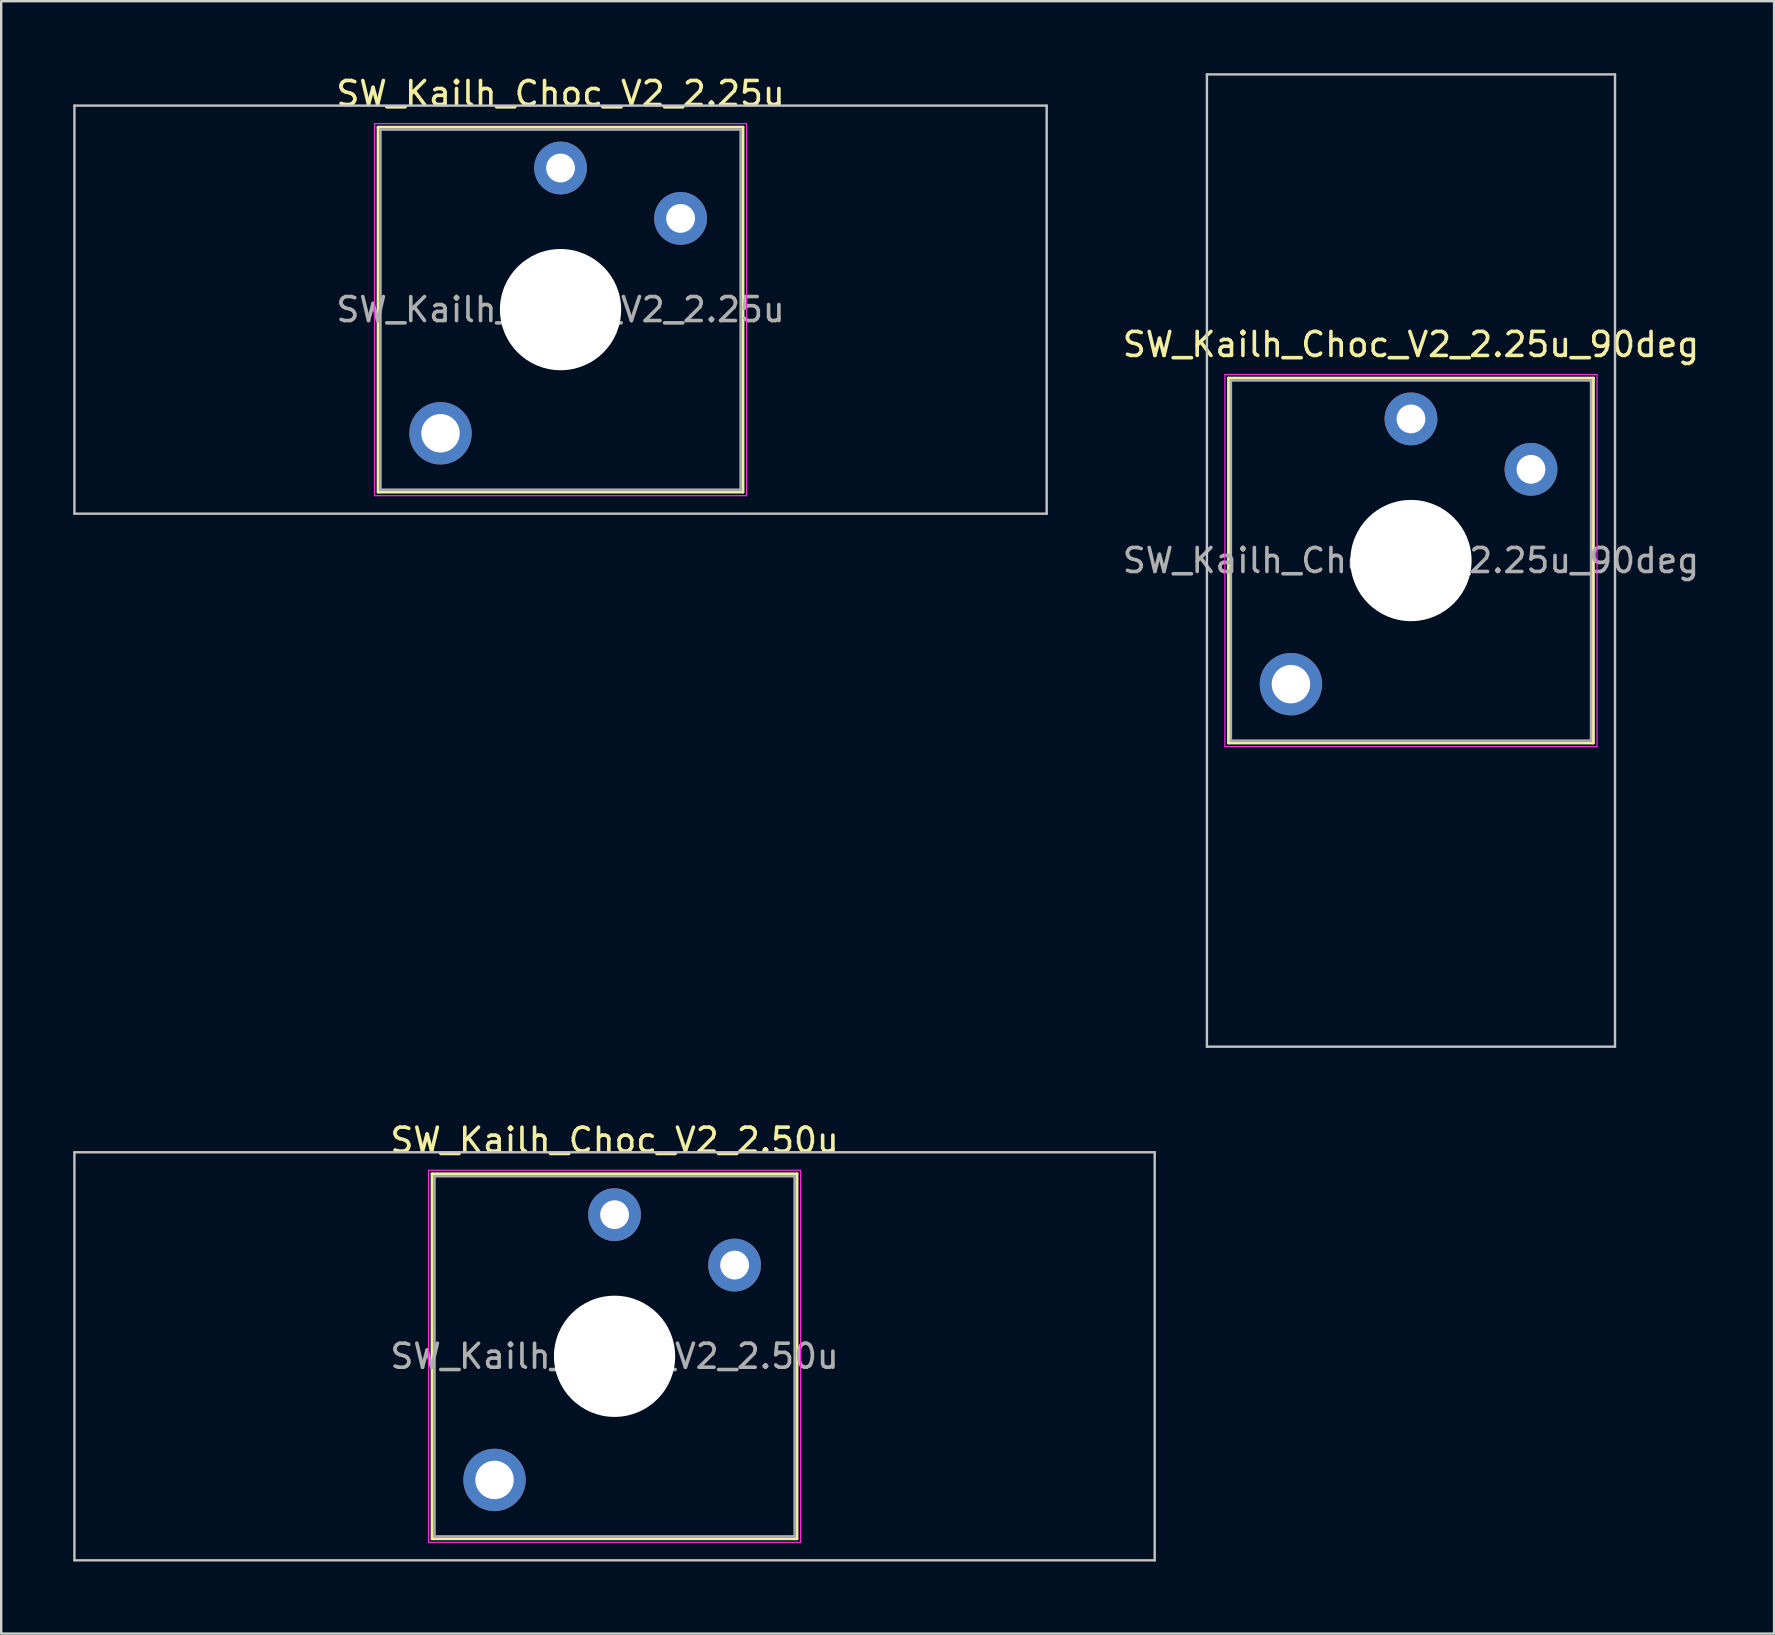
<source format=kicad_pcb>
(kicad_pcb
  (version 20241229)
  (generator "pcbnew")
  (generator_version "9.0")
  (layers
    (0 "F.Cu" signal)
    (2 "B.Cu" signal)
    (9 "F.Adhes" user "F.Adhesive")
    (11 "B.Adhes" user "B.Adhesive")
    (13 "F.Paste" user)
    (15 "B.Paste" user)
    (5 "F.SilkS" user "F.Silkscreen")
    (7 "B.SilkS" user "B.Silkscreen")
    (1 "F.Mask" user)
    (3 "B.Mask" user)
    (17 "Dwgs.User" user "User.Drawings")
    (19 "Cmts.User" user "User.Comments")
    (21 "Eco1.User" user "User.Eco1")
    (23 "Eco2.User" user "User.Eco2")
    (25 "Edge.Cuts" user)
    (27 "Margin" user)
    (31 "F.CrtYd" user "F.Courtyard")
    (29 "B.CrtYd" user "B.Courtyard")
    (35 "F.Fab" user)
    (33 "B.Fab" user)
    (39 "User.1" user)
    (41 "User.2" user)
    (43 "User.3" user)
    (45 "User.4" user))
  (footprint "SW_Kailh_Choc_V2_2.25u"
    (layer "F.Cu")
    (at 20.3 9.848)
    (property "Reference" "SW_Kailh_Choc_V2_2.25u" (at 0 -9 0) (layer "F.SilkS") (effects (font (size 1 1) (thickness 0.15))))
    (attr through_hole)
    (fp_line (start -7.6 -7.6) (end -7.6 7.6) (stroke (width 0.12) (type solid)) (layer "F.SilkS"))
    (fp_line (start -7.6 7.6) (end 7.6 7.6) (stroke (width 0.12) (type solid)) (layer "F.SilkS"))
    (fp_line (start 7.6 -7.6) (end -7.6 -7.6) (stroke (width 0.12) (type solid)) (layer "F.SilkS"))
    (fp_line (start 7.6 7.6) (end 7.6 -7.6) (stroke (width 0.12) (type solid)) (layer "F.SilkS"))
    (fp_line (start -20.25 -8.5) (end -20.25 8.5) (stroke (width 0.1) (type solid)) (layer "Dwgs.User"))
    (fp_line (start -20.25 8.5) (end 20.25 8.5) (stroke (width 0.1) (type solid)) (layer "Dwgs.User"))
    (fp_line (start 20.25 -8.5) (end -20.25 -8.5) (stroke (width 0.1) (type solid)) (layer "Dwgs.User"))
    (fp_line (start 20.25 8.5) (end 20.25 -8.5) (stroke (width 0.1) (type solid)) (layer "Dwgs.User"))
    (fp_line (start -7.25 -7.25) (end -7.25 7.25) (stroke (width 0.1) (type solid)) (layer "Eco1.User"))
    (fp_line (start -7.25 7.25) (end 7.25 7.25) (stroke (width 0.1) (type solid)) (layer "Eco1.User"))
    (fp_line (start 7.25 -7.25) (end -7.25 -7.25) (stroke (width 0.1) (type solid)) (layer "Eco1.User"))
    (fp_line (start 7.25 7.25) (end 7.25 -7.25) (stroke (width 0.1) (type solid)) (layer "Eco1.User"))
    (fp_line (start -7.75 -7.75) (end -7.75 7.75) (stroke (width 0.05) (type solid)) (layer "F.CrtYd"))
    (fp_line (start -7.75 7.75) (end 7.75 7.75) (stroke (width 0.05) (type solid)) (layer "F.CrtYd"))
    (fp_line (start 7.75 -7.75) (end -7.75 -7.75) (stroke (width 0.05) (type solid)) (layer "F.CrtYd"))
    (fp_line (start 7.75 7.75) (end 7.75 -7.75) (stroke (width 0.05) (type solid)) (layer "F.CrtYd"))
    (fp_line (start -7.5 -7.5) (end -7.5 7.5) (stroke (width 0.1) (type solid)) (layer "F.Fab"))
    (fp_line (start -7.5 7.5) (end 7.5 7.5) (stroke (width 0.1) (type solid)) (layer "F.Fab"))
    (fp_line (start 7.5 -7.5) (end -7.5 -7.5) (stroke (width 0.1) (type solid)) (layer "F.Fab"))
    (fp_line (start 7.5 7.5) (end 7.5 -7.5) (stroke (width 0.1) (type solid)) (layer "F.Fab"))
    (fp_text user "${REFERENCE}" (at 0 0 0) (layer "F.Fab") (effects (font (size 1 1) (thickness 0.15))))
    (pad "" smd circle (at -5 5.15) (size 1.65 1.65) (layers "F.Mask"))
    (pad "" thru_hole circle (at -5 5.15) (size 2.6 2.6) (drill 1.6) (layers "*.Cu" "B.Mask"))
    (pad "" smd circle (at 0 -5.9) (size 1.25 1.25) (layers "F.Mask"))
    (pad "" np_thru_hole circle (at 0 0) (size 5.05 5.05) (drill 5.05) (layers "*.Cu" "*.Mask"))
    (pad "" smd circle (at 5 -3.8) (size 1.25 1.25) (layers "F.Mask"))
    (pad "1" thru_hole circle (at 0 -5.9) (size 2.2 2.2) (drill 1.2) (layers "*.Cu" "B.Mask"))
    (pad "2" thru_hole circle (at 5 -3.8) (size 2.2 2.2) (drill 1.2) (layers "*.Cu" "B.Mask")))
  (footprint "SW_Kailh_Choc_V2_2.25u_90deg"
    (layer "F.Cu")
    (at 55.725 20.3)
    (property "Reference" "SW_Kailh_Choc_V2_2.25u_90deg" (at 0 -9 0) (layer "F.SilkS") (effects (font (size 1 1) (thickness 0.15))))
    (attr through_hole)
    (fp_line (start -7.6 -7.6) (end -7.6 7.6) (stroke (width 0.12) (type solid)) (layer "F.SilkS"))
    (fp_line (start -7.6 7.6) (end 7.6 7.6) (stroke (width 0.12) (type solid)) (layer "F.SilkS"))
    (fp_line (start 7.6 -7.6) (end -7.6 -7.6) (stroke (width 0.12) (type solid)) (layer "F.SilkS"))
    (fp_line (start 7.6 7.6) (end 7.6 -7.6) (stroke (width 0.12) (type solid)) (layer "F.SilkS"))
    (fp_line (start -8.5 -20.25) (end 8.5 -20.25) (stroke (width 0.1) (type solid)) (layer "Dwgs.User"))
    (fp_line (start -8.5 20.25) (end -8.5 -20.25) (stroke (width 0.1) (type solid)) (layer "Dwgs.User"))
    (fp_line (start 8.5 -20.25) (end 8.5 20.25) (stroke (width 0.1) (type solid)) (layer "Dwgs.User"))
    (fp_line (start 8.5 20.25) (end -8.5 20.25) (stroke (width 0.1) (type solid)) (layer "Dwgs.User"))
    (fp_line (start -7.25 -7.25) (end -7.25 7.25) (stroke (width 0.1) (type solid)) (layer "Eco1.User"))
    (fp_line (start -7.25 7.25) (end 7.25 7.25) (stroke (width 0.1) (type solid)) (layer "Eco1.User"))
    (fp_line (start 7.25 -7.25) (end -7.25 -7.25) (stroke (width 0.1) (type solid)) (layer "Eco1.User"))
    (fp_line (start 7.25 7.25) (end 7.25 -7.25) (stroke (width 0.1) (type solid)) (layer "Eco1.User"))
    (fp_line (start -7.75 -7.75) (end -7.75 7.75) (stroke (width 0.05) (type solid)) (layer "F.CrtYd"))
    (fp_line (start -7.75 7.75) (end 7.75 7.75) (stroke (width 0.05) (type solid)) (layer "F.CrtYd"))
    (fp_line (start 7.75 -7.75) (end -7.75 -7.75) (stroke (width 0.05) (type solid)) (layer "F.CrtYd"))
    (fp_line (start 7.75 7.75) (end 7.75 -7.75) (stroke (width 0.05) (type solid)) (layer "F.CrtYd"))
    (fp_line (start -7.5 -7.5) (end -7.5 7.5) (stroke (width 0.1) (type solid)) (layer "F.Fab"))
    (fp_line (start -7.5 7.5) (end 7.5 7.5) (stroke (width 0.1) (type solid)) (layer "F.Fab"))
    (fp_line (start 7.5 -7.5) (end -7.5 -7.5) (stroke (width 0.1) (type solid)) (layer "F.Fab"))
    (fp_line (start 7.5 7.5) (end 7.5 -7.5) (stroke (width 0.1) (type solid)) (layer "F.Fab"))
    (fp_text user "${REFERENCE}" (at 0 0 0) (layer "F.Fab") (effects (font (size 1 1) (thickness 0.15))))
    (pad "" smd circle (at -5 5.15) (size 1.65 1.65) (layers "F.Mask"))
    (pad "" thru_hole circle (at -5 5.15) (size 2.6 2.6) (drill 1.6) (layers "*.Cu" "B.Mask"))
    (pad "" smd circle (at 0 -5.9) (size 1.25 1.25) (layers "F.Mask"))
    (pad "" np_thru_hole circle (at 0 0) (size 5.05 5.05) (drill 5.05) (layers "*.Cu" "*.Mask"))
    (pad "" smd circle (at 5 -3.8) (size 1.25 1.25) (layers "F.Mask"))
    (pad "1" thru_hole circle (at 0 -5.9) (size 2.2 2.2) (drill 1.2) (layers "*.Cu" "B.Mask"))
    (pad "2" thru_hole circle (at 5 -3.8) (size 2.2 2.2) (drill 1.2) (layers "*.Cu" "B.Mask")))
  (footprint "SW_Kailh_Choc_V2_2.50u"
    (layer "F.Cu")
    (at 22.55 53.448)
    (property "Reference" "SW_Kailh_Choc_V2_2.50u" (at 0 -9 0) (layer "F.SilkS") (effects (font (size 1 1) (thickness 0.15))))
    (attr through_hole)
    (fp_line (start -7.6 -7.6) (end -7.6 7.6) (stroke (width 0.12) (type solid)) (layer "F.SilkS"))
    (fp_line (start -7.6 7.6) (end 7.6 7.6) (stroke (width 0.12) (type solid)) (layer "F.SilkS"))
    (fp_line (start 7.6 -7.6) (end -7.6 -7.6) (stroke (width 0.12) (type solid)) (layer "F.SilkS"))
    (fp_line (start 7.6 7.6) (end 7.6 -7.6) (stroke (width 0.12) (type solid)) (layer "F.SilkS"))
    (fp_line (start -22.5 -8.5) (end -22.5 8.5) (stroke (width 0.1) (type solid)) (layer "Dwgs.User"))
    (fp_line (start -22.5 8.5) (end 22.5 8.5) (stroke (width 0.1) (type solid)) (layer "Dwgs.User"))
    (fp_line (start 22.5 -8.5) (end -22.5 -8.5) (stroke (width 0.1) (type solid)) (layer "Dwgs.User"))
    (fp_line (start 22.5 8.5) (end 22.5 -8.5) (stroke (width 0.1) (type solid)) (layer "Dwgs.User"))
    (fp_line (start -7.25 -7.25) (end -7.25 7.25) (stroke (width 0.1) (type solid)) (layer "Eco1.User"))
    (fp_line (start -7.25 7.25) (end 7.25 7.25) (stroke (width 0.1) (type solid)) (layer "Eco1.User"))
    (fp_line (start 7.25 -7.25) (end -7.25 -7.25) (stroke (width 0.1) (type solid)) (layer "Eco1.User"))
    (fp_line (start 7.25 7.25) (end 7.25 -7.25) (stroke (width 0.1) (type solid)) (layer "Eco1.User"))
    (fp_line (start -7.75 -7.75) (end -7.75 7.75) (stroke (width 0.05) (type solid)) (layer "F.CrtYd"))
    (fp_line (start -7.75 7.75) (end 7.75 7.75) (stroke (width 0.05) (type solid)) (layer "F.CrtYd"))
    (fp_line (start 7.75 -7.75) (end -7.75 -7.75) (stroke (width 0.05) (type solid)) (layer "F.CrtYd"))
    (fp_line (start 7.75 7.75) (end 7.75 -7.75) (stroke (width 0.05) (type solid)) (layer "F.CrtYd"))
    (fp_line (start -7.5 -7.5) (end -7.5 7.5) (stroke (width 0.1) (type solid)) (layer "F.Fab"))
    (fp_line (start -7.5 7.5) (end 7.5 7.5) (stroke (width 0.1) (type solid)) (layer "F.Fab"))
    (fp_line (start 7.5 -7.5) (end -7.5 -7.5) (stroke (width 0.1) (type solid)) (layer "F.Fab"))
    (fp_line (start 7.5 7.5) (end 7.5 -7.5) (stroke (width 0.1) (type solid)) (layer "F.Fab"))
    (fp_text user "${REFERENCE}" (at 0 0 0) (layer "F.Fab") (effects (font (size 1 1) (thickness 0.15))))
    (pad "" smd circle (at -5 5.15) (size 1.65 1.65) (layers "F.Mask"))
    (pad "" thru_hole circle (at -5 5.15) (size 2.6 2.6) (drill 1.6) (layers "*.Cu" "B.Mask"))
    (pad "" smd circle (at 0 -5.9) (size 1.25 1.25) (layers "F.Mask"))
    (pad "" np_thru_hole circle (at 0 0) (size 5.05 5.05) (drill 5.05) (layers "*.Cu" "*.Mask"))
    (pad "" smd circle (at 5 -3.8) (size 1.25 1.25) (layers "F.Mask"))
    (pad "1" thru_hole circle (at 0 -5.9) (size 2.2 2.2) (drill 1.2) (layers "*.Cu" "B.Mask"))
    (pad "2" thru_hole circle (at 5 -3.8) (size 2.2 2.2) (drill 1.2) (layers "*.Cu" "B.Mask")))
  (gr_rect
    (start -3 -3)
    (end 70.85 64.998)
    (stroke (width 0.1) (type default))
    (fill no)
    (layer "Edge.Cuts")))
</source>
